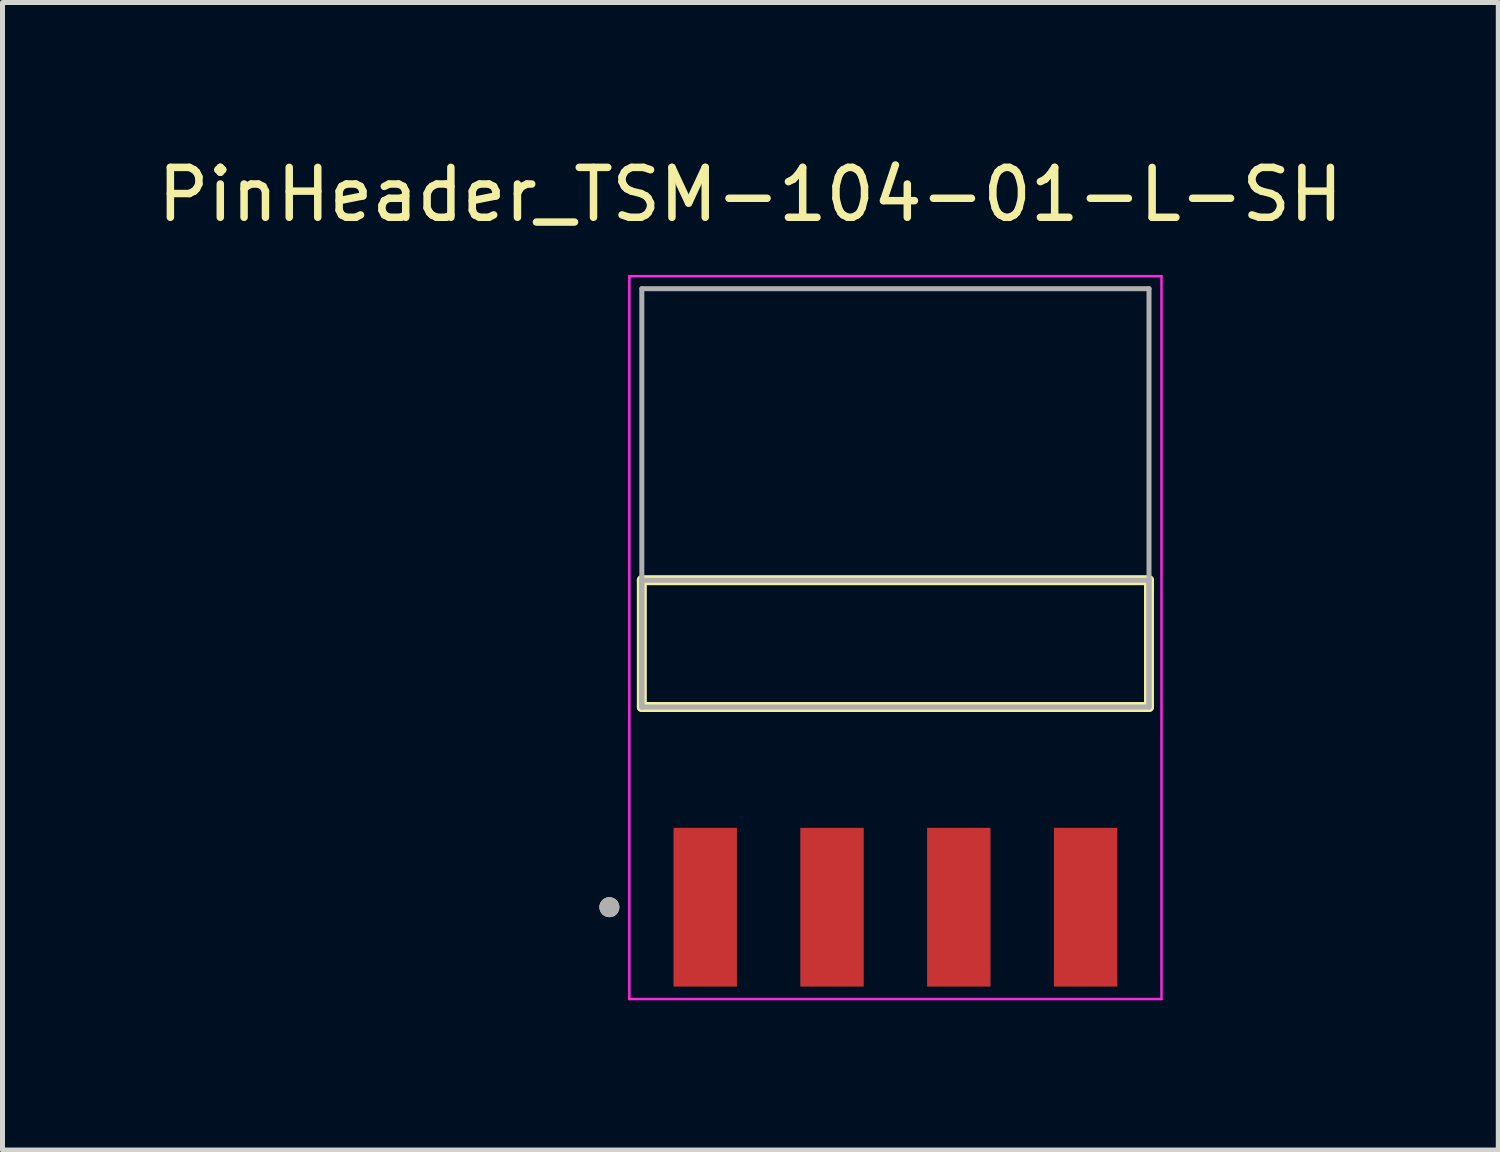
<source format=kicad_pcb>
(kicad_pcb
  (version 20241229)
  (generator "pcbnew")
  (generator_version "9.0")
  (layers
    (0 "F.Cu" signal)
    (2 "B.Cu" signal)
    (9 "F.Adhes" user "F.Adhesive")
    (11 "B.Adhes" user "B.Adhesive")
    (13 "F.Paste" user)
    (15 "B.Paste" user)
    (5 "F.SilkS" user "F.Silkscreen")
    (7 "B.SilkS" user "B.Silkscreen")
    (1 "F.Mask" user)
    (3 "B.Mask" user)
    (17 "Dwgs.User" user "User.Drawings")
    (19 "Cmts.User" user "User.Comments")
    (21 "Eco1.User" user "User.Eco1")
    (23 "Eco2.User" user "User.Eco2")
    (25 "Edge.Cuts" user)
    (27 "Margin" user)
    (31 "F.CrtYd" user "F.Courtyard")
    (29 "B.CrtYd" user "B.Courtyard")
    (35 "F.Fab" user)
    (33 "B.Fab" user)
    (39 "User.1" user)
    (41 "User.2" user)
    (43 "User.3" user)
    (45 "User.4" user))
  (footprint "PinHeader_TSM-104-01-L-SH"
    (layer "F.Cu")
    (at 14.887 9.843)
    (property "Reference" "PinHeader_TSM-104-01-L-SH" (at -2.905 -8.995 0) (layer "F.SilkS") (effects (font (size 1 1) (thickness 0.15))))
    (attr through_hole)
    (fp_line (start -5.08 1.27) (end -5.08 -1.27) (stroke (width 0.2) (type solid)) (layer "F.SilkS"))
    (fp_line (start 5.08 -1.27) (end -5.08 -1.27) (stroke (width 0.2) (type solid)) (layer "F.SilkS"))
    (fp_line (start 5.08 -1.27) (end 5.08 1.27) (stroke (width 0.2) (type solid)) (layer "F.SilkS"))
    (fp_line (start 5.08 1.27) (end -5.08 1.27) (stroke (width 0.2) (type solid)) (layer "F.SilkS"))
    (fp_circle (center -5.73 5.28) (end -5.63 5.28) (stroke (width 0.2) (type solid)) (fill no) (layer "F.SilkS"))
    (fp_line (start -5.33 -7.36) (end 5.33 -7.36) (stroke (width 0.05) (type solid)) (layer "F.CrtYd"))
    (fp_line (start -5.33 7.12) (end -5.33 -7.36) (stroke (width 0.05) (type solid)) (layer "F.CrtYd"))
    (fp_line (start 5.33 -7.36) (end 5.33 7.12) (stroke (width 0.05) (type solid)) (layer "F.CrtYd"))
    (fp_line (start 5.33 7.12) (end -5.33 7.12) (stroke (width 0.05) (type solid)) (layer "F.CrtYd"))
    (fp_line (start -5.08 -7.11) (end 5.08 -7.11) (stroke (width 0.1) (type solid)) (layer "F.Fab"))
    (fp_line (start -5.08 -1.27) (end 5.08 -1.27) (stroke (width 0.1) (type solid)) (layer "F.Fab"))
    (fp_line (start -5.08 1.27) (end -5.08 -7.11) (stroke (width 0.1) (type solid)) (layer "F.Fab"))
    (fp_line (start -5.08 1.27) (end -5.08 -1.27) (stroke (width 0.1) (type solid)) (layer "F.Fab"))
    (fp_line (start 5.08 -7.11) (end 5.08 1.27) (stroke (width 0.1) (type solid)) (layer "F.Fab"))
    (fp_line (start 5.08 -1.27) (end 5.08 1.27) (stroke (width 0.1) (type solid)) (layer "F.Fab"))
    (fp_line (start 5.08 1.27) (end -5.08 1.27) (stroke (width 0.1) (type solid)) (layer "F.Fab"))
    (fp_circle (center -5.73 5.28) (end -5.63 5.28) (stroke (width 0.2) (type solid)) (fill no) (layer "F.Fab"))
    (pad "1" smd rect (at -3.81 5.28) (size 1.27 3.18) (layers "F.Cu" "F.Mask" "F.Paste"))
    (pad "2" smd rect (at -1.27 5.28) (size 1.27 3.18) (layers "F.Cu" "F.Mask" "F.Paste"))
    (pad "3" smd rect (at 1.27 5.28) (size 1.27 3.18) (layers "F.Cu" "F.Mask" "F.Paste"))
    (pad "4" smd rect (at 3.81 5.28) (size 1.27 3.18) (layers "F.Cu" "F.Mask" "F.Paste")))
  (gr_rect
    (start -3 -3)
    (end 26.964 19.988)
    (stroke (width 0.1) (type default))
    (fill no)
    (layer "Edge.Cuts")))
</source>
